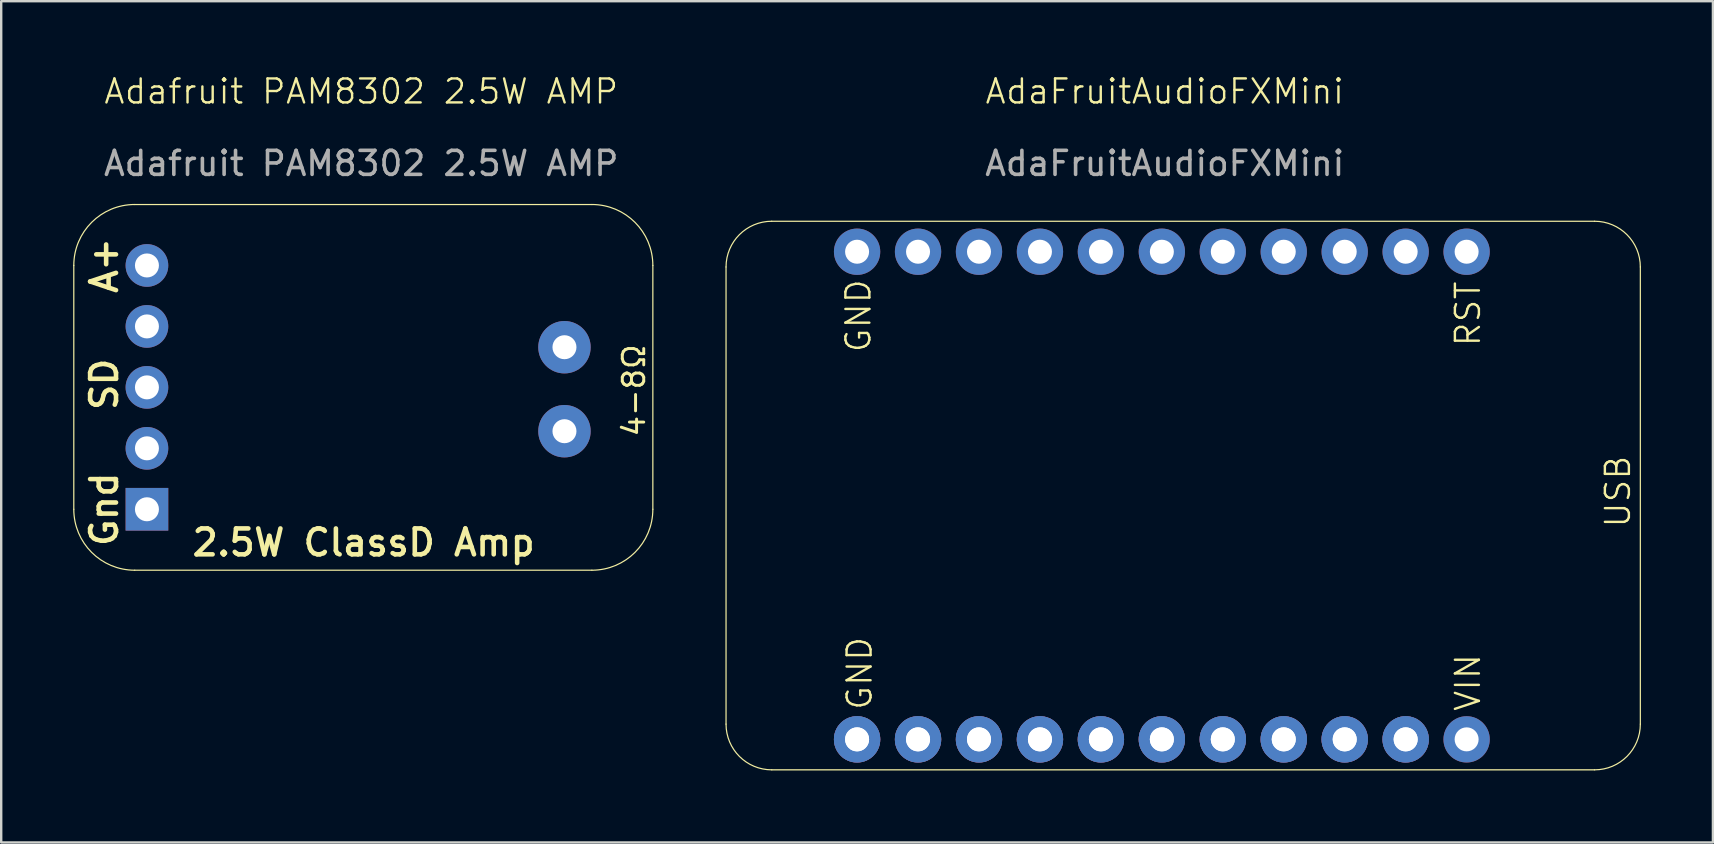
<source format=kicad_pcb>
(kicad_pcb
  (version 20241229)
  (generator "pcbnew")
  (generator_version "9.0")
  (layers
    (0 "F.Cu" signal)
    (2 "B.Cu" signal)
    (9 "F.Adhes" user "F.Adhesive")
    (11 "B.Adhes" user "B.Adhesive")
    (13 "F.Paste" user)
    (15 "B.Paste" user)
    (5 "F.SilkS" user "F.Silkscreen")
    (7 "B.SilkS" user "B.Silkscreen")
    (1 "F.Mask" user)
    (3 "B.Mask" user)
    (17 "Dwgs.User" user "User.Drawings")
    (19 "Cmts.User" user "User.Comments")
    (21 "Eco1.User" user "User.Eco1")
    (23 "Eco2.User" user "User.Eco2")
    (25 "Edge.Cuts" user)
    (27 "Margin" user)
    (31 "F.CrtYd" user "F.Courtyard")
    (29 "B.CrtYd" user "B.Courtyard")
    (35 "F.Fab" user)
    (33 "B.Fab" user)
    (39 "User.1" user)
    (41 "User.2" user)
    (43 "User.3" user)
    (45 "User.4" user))
  (footprint "AdaFruitAudioFXMini"
    (layer "F.Cu")
    (at 45.405 17.5)
    (property "Reference" "AdaFruitAudioFXMini" (at 0.081 -16.74 0) (unlocked yes) (layer "F.SilkS") (effects (font (size 1 1) (thickness 0.1))))
    (attr smd)
    (fp_line (start -18.2 -9.425) (end -18.2 9.625) (stroke (width 0.05) (type solid)) (layer "F.SilkS"))
    (fp_line (start -16.295 11.53) (end 17.995 11.53) (stroke (width 0.05) (type solid)) (layer "F.SilkS"))
    (fp_line (start 17.995 -11.33) (end -16.295 -11.33) (stroke (width 0.05) (type solid)) (layer "F.SilkS"))
    (fp_line (start 19.9 9.625) (end 19.9 -9.425) (stroke (width 0.05) (type solid)) (layer "F.SilkS"))
    (fp_arc (start -18.2 -9.425) (mid -17.642038 -10.772038) (end -16.295 -11.33) (stroke (width 0.05) (type solid)) (layer "F.SilkS"))
    (fp_arc (start -16.295 11.53) (mid -17.642038 10.972038) (end -18.2 9.625) (stroke (width 0.05) (type solid)) (layer "F.SilkS"))
    (fp_arc (start 17.995 -11.33) (mid 19.342038 -10.772038) (end 19.9 -9.425) (stroke (width 0.05) (type solid)) (layer "F.SilkS"))
    (fp_arc (start 19.9 9.625) (mid 19.342038 10.972038) (end 17.995 11.53) (stroke (width 0.05) (type solid)) (layer "F.SilkS"))
    (fp_poly (pts (xy -12.993 10.514) (xy -12.485 10.514) (xy -12.485 10.006) (xy -12.993 10.006)) (stroke (width 0.1) (type default)) (fill no) (layer "F.Fab"))
    (fp_poly (pts (xy -12.993 10.514) (xy -12.485 10.514) (xy -12.485 10.006) (xy -12.993 10.006)) (stroke (width 0.1) (type default)) (fill no) (layer "F.Fab"))
    (fp_poly (pts (xy -10.453 10.514) (xy -9.945 10.514) (xy -9.945 10.006) (xy -10.453 10.006)) (stroke (width 0.1) (type default)) (fill no) (layer "F.Fab"))
    (fp_poly (pts (xy -10.453 10.514) (xy -9.945 10.514) (xy -9.945 10.006) (xy -10.453 10.006)) (stroke (width 0.1) (type default)) (fill no) (layer "F.Fab"))
    (fp_poly (pts (xy -7.913 10.514) (xy -7.405 10.514) (xy -7.405 10.006) (xy -7.913 10.006)) (stroke (width 0.1) (type default)) (fill no) (layer "F.Fab"))
    (fp_poly (pts (xy -7.913 10.514) (xy -7.405 10.514) (xy -7.405 10.006) (xy -7.913 10.006)) (stroke (width 0.1) (type default)) (fill no) (layer "F.Fab"))
    (fp_poly (pts (xy -5.373 10.514) (xy -4.865 10.514) (xy -4.865 10.006) (xy -5.373 10.006)) (stroke (width 0.1) (type default)) (fill no) (layer "F.Fab"))
    (fp_poly (pts (xy -5.373 10.514) (xy -4.865 10.514) (xy -4.865 10.006) (xy -5.373 10.006)) (stroke (width 0.1) (type default)) (fill no) (layer "F.Fab"))
    (fp_poly (pts (xy -2.833 10.514) (xy -2.325 10.514) (xy -2.325 10.006) (xy -2.833 10.006)) (stroke (width 0.1) (type default)) (fill no) (layer "F.Fab"))
    (fp_poly (pts (xy -2.833 10.514) (xy -2.325 10.514) (xy -2.325 10.006) (xy -2.833 10.006)) (stroke (width 0.1) (type default)) (fill no) (layer "F.Fab"))
    (fp_poly (pts (xy -0.293 10.514) (xy 0.215 10.514) (xy 0.215 10.006) (xy -0.293 10.006)) (stroke (width 0.1) (type default)) (fill no) (layer "F.Fab"))
    (fp_poly (pts (xy -0.293 10.514) (xy 0.215 10.514) (xy 0.215 10.006) (xy -0.293 10.006)) (stroke (width 0.1) (type default)) (fill no) (layer "F.Fab"))
    (fp_poly (pts (xy 2.247 10.514) (xy 2.755 10.514) (xy 2.755 10.006) (xy 2.247 10.006)) (stroke (width 0.1) (type default)) (fill no) (layer "F.Fab"))
    (fp_poly (pts (xy 2.247 10.514) (xy 2.755 10.514) (xy 2.755 10.006) (xy 2.247 10.006)) (stroke (width 0.1) (type default)) (fill no) (layer "F.Fab"))
    (fp_poly (pts (xy 4.787 10.514) (xy 5.295 10.514) (xy 5.295 10.006) (xy 4.787 10.006)) (stroke (width 0.1) (type default)) (fill no) (layer "F.Fab"))
    (fp_poly (pts (xy 4.787 10.514) (xy 5.295 10.514) (xy 5.295 10.006) (xy 4.787 10.006)) (stroke (width 0.1) (type default)) (fill no) (layer "F.Fab"))
    (fp_poly (pts (xy 7.327 10.514) (xy 7.835 10.514) (xy 7.835 10.006) (xy 7.327 10.006)) (stroke (width 0.1) (type default)) (fill no) (layer "F.Fab"))
    (fp_poly (pts (xy 7.327 10.514) (xy 7.835 10.514) (xy 7.835 10.006) (xy 7.327 10.006)) (stroke (width 0.1) (type default)) (fill no) (layer "F.Fab"))
    (fp_text user "RST" (at 13.3 -6.05 90) (unlocked yes) (layer "F.SilkS") (effects (font (size 1 1) (thickness 0.1)) (justify left bottom)))
    (fp_text user "VIN" (at 13.3 9.15 90) (unlocked yes) (layer "F.SilkS") (effects (font (size 1 1) (thickness 0.1)) (justify left bottom)))
    (fp_text user "GND" (at -12.1 -5.8 90) (unlocked yes) (layer "F.SilkS") (effects (font (size 1 1) (thickness 0.1)) (justify left bottom)))
    (fp_text user "GND" (at -12.05 9.1 90) (unlocked yes) (layer "F.SilkS") (effects (font (size 1 1) (thickness 0.1)) (justify left bottom)))
    (fp_text user "USB" (at 19.55 1.5 90) (unlocked yes) (layer "F.SilkS") (effects (font (size 1 1) (thickness 0.1)) (justify left bottom)))
    (fp_text user "${REFERENCE}" (at 0.081 -13.74 0) (unlocked yes) (layer "F.Fab") (effects (font (size 1 1) (thickness 0.15))))
    (pad "1" thru_hole circle (at 12.661 10.26 270) (size 1.93 1.93) (drill 1) (layers "*.Cu" "*.Mask"))
    (pad "2" thru_hole circle (at 10.121 10.26 270) (size 1.93 1.93) (drill 1) (layers "*.Cu" "*.Mask"))
    (pad "2" thru_hole circle (at 10.121 10.26 270) (size 1.93 1.93) (drill 1) (layers "*.Cu" "*.Mask"))
    (pad "3" thru_hole circle (at 7.581 10.26 270) (size 1.93 1.93) (drill 1) (layers "*.Cu" "*.Mask"))
    (pad "3" thru_hole circle (at 7.581 10.26 270) (size 1.93 1.93) (drill 1) (layers "*.Cu" "*.Mask"))
    (pad "4" thru_hole circle (at 5.041 10.26 270) (size 1.93 1.93) (drill 1) (layers "*.Cu" "*.Mask"))
    (pad "4" thru_hole circle (at 5.041 10.26 270) (size 1.93 1.93) (drill 1) (layers "*.Cu" "*.Mask"))
    (pad "5" thru_hole circle (at 2.501 10.26 270) (size 1.93 1.93) (drill 1) (layers "*.Cu" "*.Mask"))
    (pad "5" thru_hole circle (at 2.501 10.26 270) (size 1.93 1.93) (drill 1) (layers "*.Cu" "*.Mask"))
    (pad "6" thru_hole circle (at -0.039 10.26 270) (size 1.93 1.93) (drill 1) (layers "*.Cu" "*.Mask"))
    (pad "6" thru_hole circle (at -0.039 10.26 270) (size 1.93 1.93) (drill 1) (layers "*.Cu" "*.Mask"))
    (pad "7" thru_hole circle (at -2.579 10.26 270) (size 1.93 1.93) (drill 1) (layers "*.Cu" "*.Mask"))
    (pad "7" thru_hole circle (at -2.579 10.26 270) (size 1.93 1.93) (drill 1) (layers "*.Cu" "*.Mask"))
    (pad "8" thru_hole circle (at -5.119 10.26 270) (size 1.93 1.93) (drill 1) (layers "*.Cu" "*.Mask"))
    (pad "8" thru_hole circle (at -5.119 10.26 270) (size 1.93 1.93) (drill 1) (layers "*.Cu" "*.Mask"))
    (pad "9" thru_hole circle (at -7.659 10.26 270) (size 1.93 1.93) (drill 1) (layers "*.Cu" "*.Mask"))
    (pad "9" thru_hole circle (at -7.659 10.26 270) (size 1.93 1.93) (drill 1) (layers "*.Cu" "*.Mask"))
    (pad "10" thru_hole circle (at -10.199 10.26 270) (size 1.93 1.93) (drill 1) (layers "*.Cu" "*.Mask"))
    (pad "10" thru_hole circle (at -10.199 10.26 270) (size 1.93 1.93) (drill 1) (layers "*.Cu" "*.Mask"))
    (pad "11" thru_hole circle (at -12.739 10.26 270) (size 1.93 1.93) (drill 1) (layers "*.Cu" "*.Mask"))
    (pad "11" thru_hole circle (at -12.739 10.26 270) (size 1.93 1.93) (drill 1) (layers "*.Cu" "*.Mask"))
    (pad "12" thru_hole circle (at -12.739 -10.06 90) (size 1.93 1.93) (drill 1) (layers "*.Cu" "*.Mask"))
    (pad "13" thru_hole circle (at -10.199 -10.06 90) (size 1.93 1.93) (drill 1) (layers "*.Cu" "*.Mask"))
    (pad "14" thru_hole circle (at -7.659 -10.06 90) (size 1.93 1.93) (drill 1) (layers "*.Cu" "*.Mask"))
    (pad "15" thru_hole circle (at -5.119 -10.06 90) (size 1.93 1.93) (drill 1) (layers "*.Cu" "*.Mask"))
    (pad "16" thru_hole circle (at -2.579 -10.06 90) (size 1.93 1.93) (drill 1) (layers "*.Cu" "*.Mask"))
    (pad "17" thru_hole circle (at -0.039 -10.06 90) (size 1.93 1.93) (drill 1) (layers "*.Cu" "*.Mask"))
    (pad "18" thru_hole circle (at 2.501 -10.06 90) (size 1.93 1.93) (drill 1) (layers "*.Cu" "*.Mask"))
    (pad "19" thru_hole circle (at 5.041 -10.06 90) (size 1.93 1.93) (drill 1) (layers "*.Cu" "*.Mask"))
    (pad "20" thru_hole circle (at 7.581 -10.06 90) (size 1.93 1.93) (drill 1) (layers "*.Cu" "*.Mask"))
    (pad "21" thru_hole circle (at 10.121 -10.06 90) (size 1.93 1.93) (drill 1) (layers "*.Cu" "*.Mask"))
    (pad "22" thru_hole circle (at 12.661 -10.06 90) (size 1.93 1.93) (drill 1) (layers "*.Cu" "*.Mask")))
  (footprint "Adafruit PAM8302 2.5W AMP"
    (layer "F.Cu")
    (at 12.003 13.111)
    (property "Reference" "Adafruit PAM8302 2.5W AMP" (at 0 -12.35 0) (unlocked yes) (layer "F.SilkS") (effects (font (size 1 1) (thickness 0.1))))
    (attr smd)
    (fp_line (start -11.978 5.061) (end -11.978 -5.099) (stroke (width 0.05) (type solid)) (layer "F.SilkS"))
    (fp_line (start -9.438 -7.639) (end 9.612 -7.639) (stroke (width 0.05) (type solid)) (layer "F.SilkS"))
    (fp_line (start 9.612 7.601) (end -9.438 7.601) (stroke (width 0.05) (type solid)) (layer "F.SilkS"))
    (fp_line (start 12.152 -5.099) (end 12.152 5.061) (stroke (width 0.05) (type solid)) (layer "F.SilkS"))
    (fp_arc (start -11.978 -5.099) (mid -11.234051 -6.895051) (end -9.438 -7.639) (stroke (width 0.05) (type solid)) (layer "F.SilkS"))
    (fp_arc (start -9.438 7.601) (mid -11.234051 6.857051) (end -11.978 5.061) (stroke (width 0.05) (type solid)) (layer "F.SilkS"))
    (fp_arc (start 9.612 -7.639) (mid 11.408051 -6.895051) (end 12.152 -5.099) (stroke (width 0.05) (type solid)) (layer "F.SilkS"))
    (fp_arc (start 12.152 5.061) (mid 11.408051 6.857051) (end 9.612 7.601) (stroke (width 0.05) (type solid)) (layer "F.SilkS"))
    (fp_text user "SD" (at -10.708 -0.146 90) (unlocked yes) (layer "F.SilkS") (effects (font (size 1.079 1.079) (thickness 0.191))))
    (fp_text user "Gnd" (at -10.708 5.061 90) (unlocked yes) (layer "F.SilkS") (effects (font (size 1.079 1.079) (thickness 0.191))))
    (fp_text user "2.5W ClassD Amp" (at 0.1 6.45 0) (unlocked yes) (layer "F.SilkS") (effects (font (size 1.079 1.079) (thickness 0.191))))
    (fp_text user "A+" (at -10.708 -5.099 90) (unlocked yes) (layer "F.SilkS") (effects (font (size 1.079 1.079) (thickness 0.191))))
    (fp_text user "4-8Ω" (at 11.365 0.108 90) (unlocked yes) (layer "F.SilkS") (effects (font (size 0.894 0.894) (thickness 0.122))))
    (fp_text user "${REFERENCE}" (at 0 -9.35 0) (unlocked yes) (layer "F.Fab") (effects (font (size 1 1) (thickness 0.15))))
    (pad "1" thru_hole rect (at -8.93 5.061 180) (size 1.778 1.778) (drill 1) (layers "*.Cu" "*.Mask"))
    (pad "2" thru_hole circle (at -8.93 2.521 180) (size 1.778 1.778) (drill 1) (layers "*.Cu" "*.Mask"))
    (pad "3" thru_hole circle (at -8.93 -0.019 180) (size 1.778 1.778) (drill 1) (layers "*.Cu" "*.Mask"))
    (pad "4" thru_hole circle (at -8.93 -2.559 180) (size 1.778 1.778) (drill 1) (layers "*.Cu" "*.Mask"))
    (pad "5" thru_hole circle (at -8.93 -5.099 180) (size 1.778 1.778) (drill 1) (layers "*.Cu" "*.Mask"))
    (pad "6" thru_hole circle (at 8.469 1.808 90) (size 2.184 2.184) (drill 1) (layers "*.Cu" "*.Mask"))
    (pad "7" thru_hole circle (at 8.469 -1.692 90) (size 2.184 2.184) (drill 1) (layers "*.Cu" "*.Mask")))
  (gr_rect
    (start -3 -3)
    (end 68.33 32.056)
    (stroke (width 0.1) (type default))
    (fill no)
    (layer "Edge.Cuts")))
</source>
